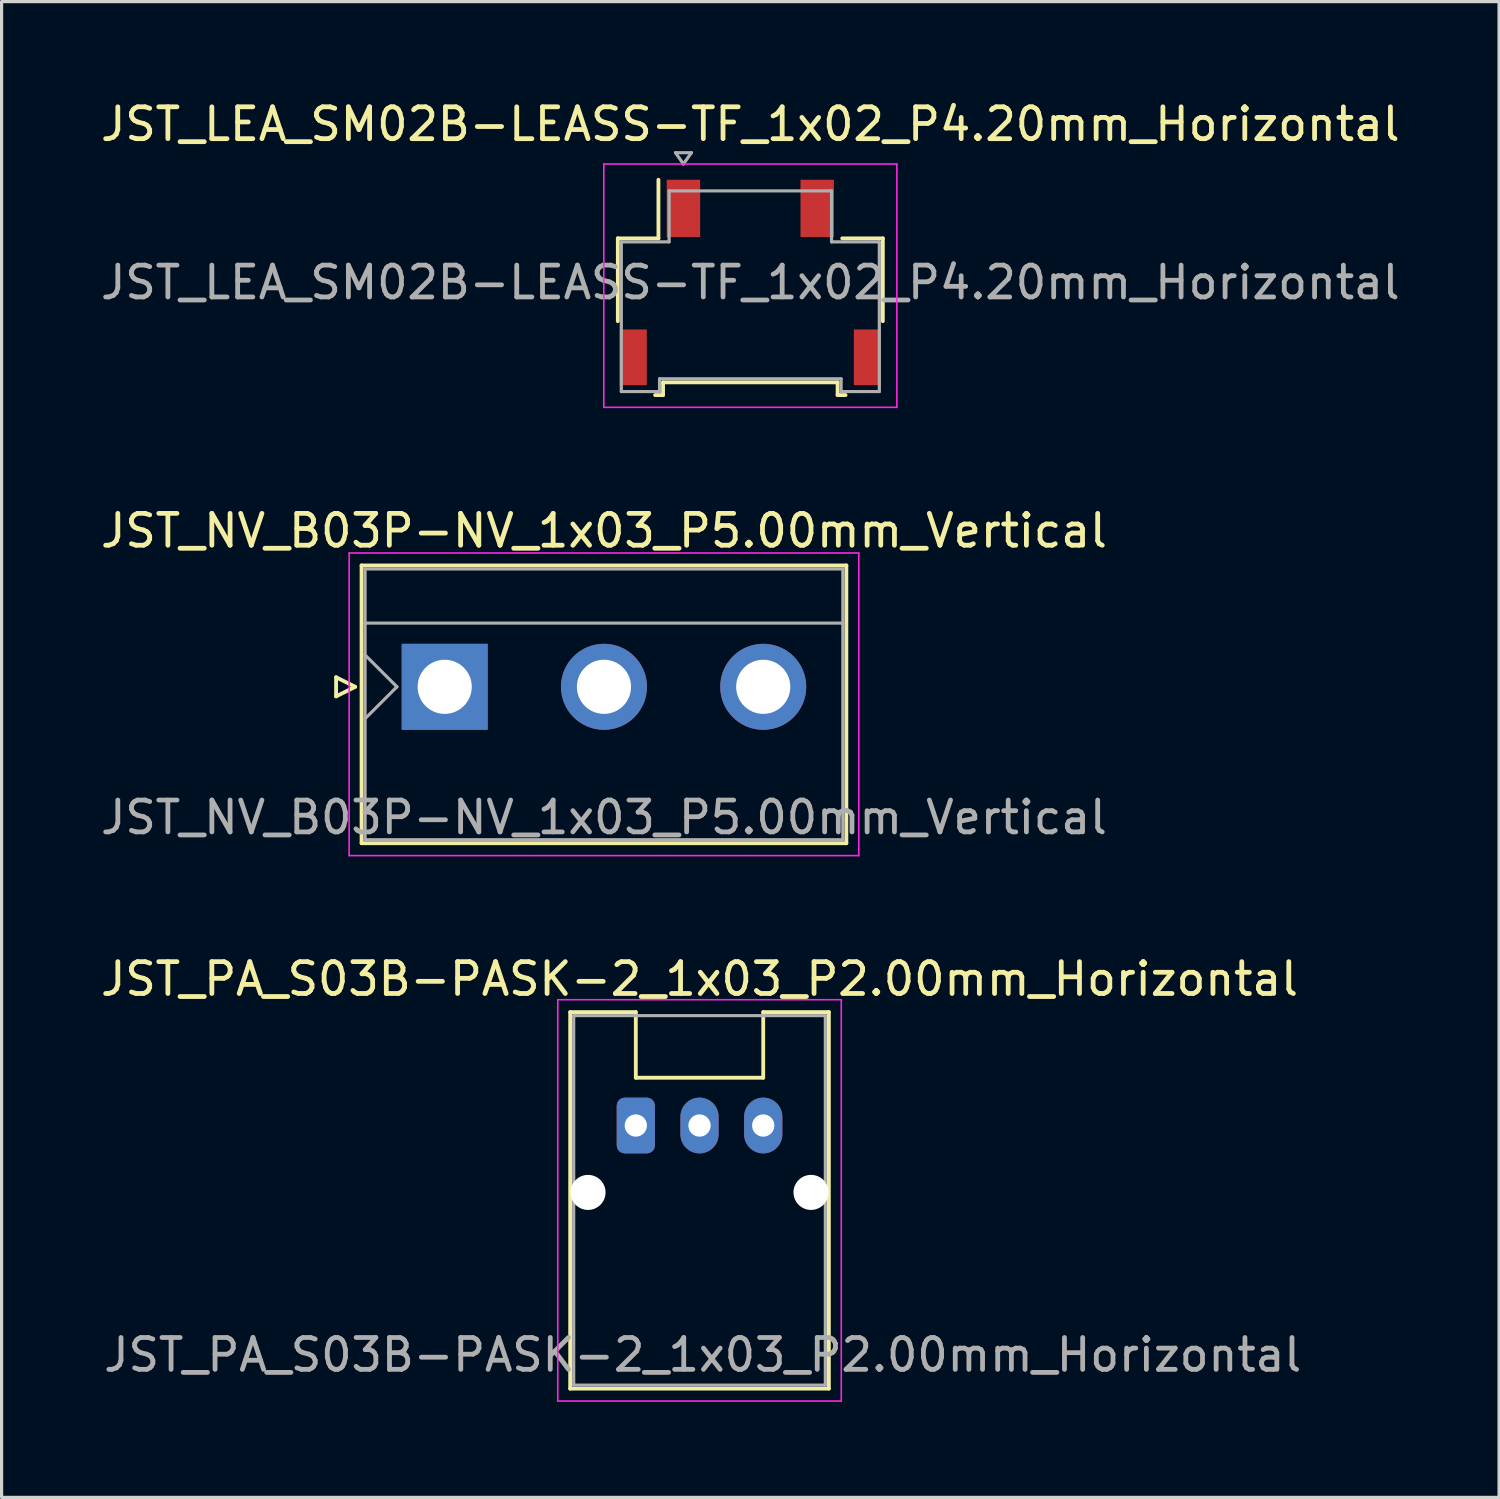
<source format=kicad_pcb>
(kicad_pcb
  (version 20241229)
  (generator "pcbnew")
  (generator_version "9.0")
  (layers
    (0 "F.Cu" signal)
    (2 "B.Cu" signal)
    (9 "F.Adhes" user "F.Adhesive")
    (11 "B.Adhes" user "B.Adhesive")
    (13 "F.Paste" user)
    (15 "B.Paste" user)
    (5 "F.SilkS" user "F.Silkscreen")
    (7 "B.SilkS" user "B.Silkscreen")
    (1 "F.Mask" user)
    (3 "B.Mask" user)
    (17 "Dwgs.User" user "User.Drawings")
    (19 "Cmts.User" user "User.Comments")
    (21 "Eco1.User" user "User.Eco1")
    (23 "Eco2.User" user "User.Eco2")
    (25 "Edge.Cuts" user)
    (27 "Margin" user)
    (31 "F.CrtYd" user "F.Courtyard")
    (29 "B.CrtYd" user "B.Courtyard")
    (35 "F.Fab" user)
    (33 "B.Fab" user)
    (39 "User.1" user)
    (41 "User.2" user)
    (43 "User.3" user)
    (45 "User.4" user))
  (footprint "JST_LEA_SM02B-LEASS-TF_1x02_P4.20mm_Horizontal"
    (layer "F.Cu")
    (at 20.506 5.818)
    (property "Reference" "JST_LEA_SM02B-LEASS-TF_1x02_P4.20mm_Horizontal" (at 0 -4.97 0) (layer "F.SilkS") (effects (font (size 1 1) (thickness 0.15))))
    (attr smd)
    (fp_line (start -4.16 -1.385) (end -2.885 -1.385) (stroke (width 0.12) (type solid)) (layer "F.SilkS"))
    (fp_line (start -4.16 1.215) (end -4.16 -1.385) (stroke (width 0.12) (type solid)) (layer "F.SilkS"))
    (fp_line (start -2.99 3.535) (end -2.74 3.535) (stroke (width 0.12) (type solid)) (layer "F.SilkS"))
    (fp_line (start -2.885 -1.385) (end -2.885 -3.225) (stroke (width 0.12) (type solid)) (layer "F.SilkS"))
    (fp_line (start -2.74 3.135) (end 2.74 3.135) (stroke (width 0.12) (type solid)) (layer "F.SilkS"))
    (fp_line (start -2.74 3.535) (end -2.74 3.135) (stroke (width 0.12) (type solid)) (layer "F.SilkS"))
    (fp_line (start 2.74 3.135) (end 2.74 3.535) (stroke (width 0.12) (type solid)) (layer "F.SilkS"))
    (fp_line (start 2.74 3.535) (end 2.99 3.535) (stroke (width 0.12) (type solid)) (layer "F.SilkS"))
    (fp_line (start 4.16 -1.385) (end 2.885 -1.385) (stroke (width 0.12) (type solid)) (layer "F.SilkS"))
    (fp_line (start 4.16 1.215) (end 4.16 -1.385) (stroke (width 0.12) (type solid)) (layer "F.SilkS"))
    (fp_line (start -4.6 -3.72) (end -4.6 3.92) (stroke (width 0.05) (type solid)) (layer "F.CrtYd"))
    (fp_line (start -4.6 3.92) (end 4.6 3.92) (stroke (width 0.05) (type solid)) (layer "F.CrtYd"))
    (fp_line (start 4.6 -3.72) (end -4.6 -3.72) (stroke (width 0.05) (type solid)) (layer "F.CrtYd"))
    (fp_line (start 4.6 3.92) (end 4.6 -3.72) (stroke (width 0.05) (type solid)) (layer "F.CrtYd"))
    (fp_line (start -4.05 -1.275) (end -4.05 3.425) (stroke (width 0.1) (type solid)) (layer "F.Fab"))
    (fp_line (start -4.05 -1.275) (end -2.55 -1.275) (stroke (width 0.1) (type solid)) (layer "F.Fab"))
    (fp_line (start -4.05 3.425) (end -2.85 3.425) (stroke (width 0.1) (type solid)) (layer "F.Fab"))
    (fp_line (start -2.85 3.025) (end 2.85 3.025) (stroke (width 0.1) (type solid)) (layer "F.Fab"))
    (fp_line (start -2.85 3.425) (end -2.85 3.025) (stroke (width 0.1) (type solid)) (layer "F.Fab"))
    (fp_line (start -2.55 -2.875) (end 2.55 -2.875) (stroke (width 0.1) (type solid)) (layer "F.Fab"))
    (fp_line (start -2.55 -1.275) (end -2.55 -2.875) (stroke (width 0.1) (type solid)) (layer "F.Fab"))
    (fp_line (start -2.35 -4.074) (end -2.1 -3.72) (stroke (width 0.1) (type solid)) (layer "F.Fab"))
    (fp_line (start -2.1 -3.72) (end -1.85 -4.074) (stroke (width 0.1) (type solid)) (layer "F.Fab"))
    (fp_line (start -1.85 -4.074) (end -2.35 -4.074) (stroke (width 0.1) (type solid)) (layer "F.Fab"))
    (fp_line (start 2.55 -2.875) (end 2.55 -1.275) (stroke (width 0.1) (type solid)) (layer "F.Fab"))
    (fp_line (start 2.55 -1.275) (end 4.05 -1.275) (stroke (width 0.1) (type solid)) (layer "F.Fab"))
    (fp_line (start 2.85 3.025) (end 2.85 3.425) (stroke (width 0.1) (type solid)) (layer "F.Fab"))
    (fp_line (start 2.85 3.425) (end 4.05 3.425) (stroke (width 0.1) (type solid)) (layer "F.Fab"))
    (fp_line (start 4.05 -1.275) (end 4.05 3.425) (stroke (width 0.1) (type solid)) (layer "F.Fab"))
    (fp_text user "${REFERENCE}" (at 0 0 0) (layer "F.Fab") (effects (font (size 1 1) (thickness 0.15))))
    (pad "" smd rect (at -3.675 2.35) (size 0.85 1.75) (layers "F.Cu" "F.Mask" "F.Paste"))
    (pad "" smd rect (at 3.675 2.35) (size 0.85 1.75) (layers "F.Cu" "F.Mask" "F.Paste"))
    (pad "1" smd rect (at -2.1 -2.325) (size 1.05 1.8) (layers "F.Cu" "F.Mask" "F.Paste"))
    (pad "2" smd rect (at 2.1 -2.325) (size 1.05 1.8) (layers "F.Cu" "F.Mask" "F.Paste")))
  (footprint "JST_NV_B03P-NV_1x03_P5.00mm_Vertical"
    (layer "F.Cu")
    (at 10.911 18.512)
    (property "Reference" "JST_NV_B03P-NV_1x03_P5.00mm_Vertical" (at 5 -4.9 0) (layer "F.SilkS") (effects (font (size 1 1) (thickness 0.15))))
    (attr through_hole)
    (fp_line (start -3.41 -0.3) (end -2.81 0) (stroke (width 0.12) (type solid)) (layer "F.SilkS"))
    (fp_line (start -3.41 0.3) (end -3.41 -0.3) (stroke (width 0.12) (type solid)) (layer "F.SilkS"))
    (fp_line (start -2.81 0) (end -3.41 0.3) (stroke (width 0.12) (type solid)) (layer "F.SilkS"))
    (fp_line (start -2.61 -3.81) (end -2.61 4.91) (stroke (width 0.12) (type solid)) (layer "F.SilkS"))
    (fp_line (start -2.61 4.91) (end 12.61 4.91) (stroke (width 0.12) (type solid)) (layer "F.SilkS"))
    (fp_line (start 12.61 -3.81) (end -2.61 -3.81) (stroke (width 0.12) (type solid)) (layer "F.SilkS"))
    (fp_line (start 12.61 4.91) (end 12.61 -3.81) (stroke (width 0.12) (type solid)) (layer "F.SilkS"))
    (fp_line (start -3 -4.2) (end -3 5.3) (stroke (width 0.05) (type solid)) (layer "F.CrtYd"))
    (fp_line (start -3 5.3) (end 13 5.3) (stroke (width 0.05) (type solid)) (layer "F.CrtYd"))
    (fp_line (start 13 -4.2) (end -3 -4.2) (stroke (width 0.05) (type solid)) (layer "F.CrtYd"))
    (fp_line (start 13 5.3) (end 13 -4.2) (stroke (width 0.05) (type solid)) (layer "F.CrtYd"))
    (fp_line (start -2.5 -3.7) (end -2.5 4.8) (stroke (width 0.1) (type solid)) (layer "F.Fab"))
    (fp_line (start -2.5 -2) (end 12.5 -2) (stroke (width 0.1) (type solid)) (layer "F.Fab"))
    (fp_line (start -2.5 -1) (end -1.5 0) (stroke (width 0.1) (type solid)) (layer "F.Fab"))
    (fp_line (start -2.5 1) (end -1.5 0) (stroke (width 0.1) (type solid)) (layer "F.Fab"))
    (fp_line (start -2.5 4.8) (end 12.5 4.8) (stroke (width 0.1) (type solid)) (layer "F.Fab"))
    (fp_line (start 12.5 -3.7) (end -2.5 -3.7) (stroke (width 0.1) (type solid)) (layer "F.Fab"))
    (fp_line (start 12.5 4.8) (end 12.5 -3.7) (stroke (width 0.1) (type solid)) (layer "F.Fab"))
    (fp_text user "${REFERENCE}" (at 5 4.1 0) (layer "F.Fab") (effects (font (size 1 1) (thickness 0.15))))
    (pad "1" thru_hole rect (at 0 0) (size 2.7 2.7) (drill 1.7) (layers "*.Cu" "*.Mask"))
    (pad "2" thru_hole circle (at 5 0) (size 2.7 2.7) (drill 1.7) (layers "*.Cu" "*.Mask"))
    (pad "3" thru_hole circle (at 10 0) (size 2.7 2.7) (drill 1.7) (layers "*.Cu" "*.Mask")))
  (footprint "JST_PA_S03B-PASK-2_1x03_P2.00mm_Horizontal"
    (layer "F.Cu")
    (at 16.911 32.285)
    (property "Reference" "JST_PA_S03B-PASK-2_1x03_P2.00mm_Horizontal" (at 2 -4.6 0) (layer "F.SilkS") (effects (font (size 1 1) (thickness 0.15))))
    (attr through_hole)
    (fp_line (start -2.06 -3.56) (end -2.06 8.26) (stroke (width 0.12) (type solid)) (layer "F.SilkS"))
    (fp_line (start -2.06 8.26) (end 6.06 8.26) (stroke (width 0.12) (type solid)) (layer "F.SilkS"))
    (fp_line (start 0 -3.56) (end -2.06 -3.56) (stroke (width 0.12) (type solid)) (layer "F.SilkS"))
    (fp_line (start 0 -1.5) (end 0 -3.56) (stroke (width 0.12) (type solid)) (layer "F.SilkS"))
    (fp_line (start 0 -1.5) (end 4 -1.5) (stroke (width 0.12) (type solid)) (layer "F.SilkS"))
    (fp_line (start 4 -3.56) (end 6.06 -3.56) (stroke (width 0.12) (type solid)) (layer "F.SilkS"))
    (fp_line (start 4 -1.5) (end 4 -3.56) (stroke (width 0.12) (type solid)) (layer "F.SilkS"))
    (fp_line (start 6.06 8.26) (end 6.06 -3.56) (stroke (width 0.12) (type solid)) (layer "F.SilkS"))
    (fp_line (start -2.45 -3.95) (end -2.45 8.65) (stroke (width 0.05) (type solid)) (layer "F.CrtYd"))
    (fp_line (start -2.45 8.65) (end 6.45 8.65) (stroke (width 0.05) (type solid)) (layer "F.CrtYd"))
    (fp_line (start 6.45 -3.95) (end -2.45 -3.95) (stroke (width 0.05) (type solid)) (layer "F.CrtYd"))
    (fp_line (start 6.45 8.65) (end 6.45 -3.95) (stroke (width 0.05) (type solid)) (layer "F.CrtYd"))
    (fp_line (start -1.95 -3.45) (end -1.95 8.15) (stroke (width 0.1) (type solid)) (layer "F.Fab"))
    (fp_line (start -1.95 8.15) (end 5.95 8.15) (stroke (width 0.1) (type solid)) (layer "F.Fab"))
    (fp_line (start 5.95 -3.45) (end -1.95 -3.45) (stroke (width 0.1) (type solid)) (layer "F.Fab"))
    (fp_line (start 5.95 8.15) (end 5.95 -3.45) (stroke (width 0.1) (type solid)) (layer "F.Fab"))
    (fp_text user "${REFERENCE}" (at 2.1 7.2 0) (layer "F.Fab") (effects (font (size 1 1) (thickness 0.15))))
    (pad "" np_thru_hole oval (at -1.5 2.1) (size 1.1 1.1) (drill 1.1) (layers "*.Cu" "*.Mask"))
    (pad "" np_thru_hole oval (at 5.5 2.1) (size 1.1 1.1) (drill 1.1) (layers "*.Cu" "*.Mask"))
    (pad "1" thru_hole roundrect (at 0 0) (size 1.2 1.75) (drill 0.7) (layers "*.Cu" "*.Mask") (roundrect_rratio 0.208))
    (pad "2" thru_hole oval (at 2 0) (size 1.2 1.75) (drill 0.7) (layers "*.Cu" "*.Mask"))
    (pad "3" thru_hole oval (at 4 0) (size 1.2 1.75) (drill 0.7) (layers "*.Cu" "*.Mask")))
  (gr_rect
    (start -3 -3)
    (end 44.012 43.96)
    (stroke (width 0.1) (type default))
    (fill no)
    (layer "Edge.Cuts")))
</source>
